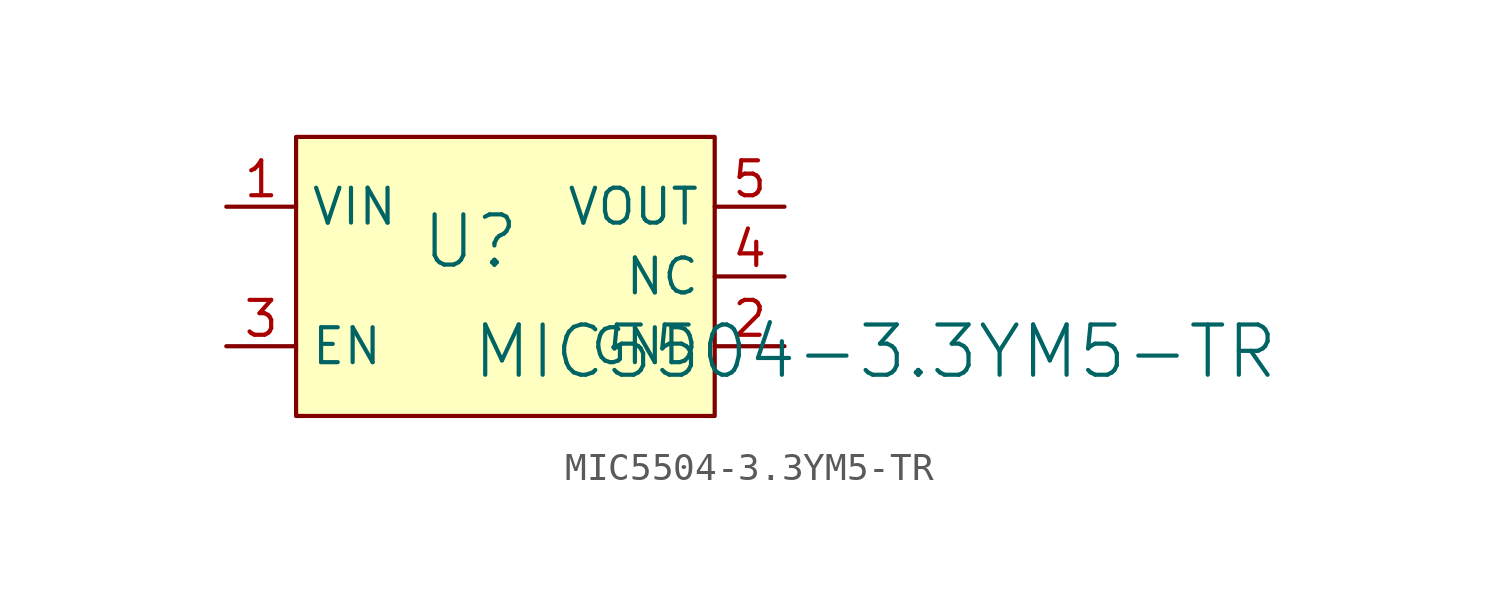
<source format=kicad_sym>
(kicad_symbol_lib
  (version 20241209)
  (generator "kicad_symbol_editor")
  (generator_version "9.0")
  (symbol "MIC5504-3.3YM5-TR"
    (property "Reference" "U"
      (at -1.27 1.27 0)
      (effects (font (size 1.829 1.829))))
    (property "Value" "MIC5504-3.3YM5-TR"
      (at -1.27 -3.81 0)
      (effects (font (size 1.829 1.829)) (justify left bottom)))
    (symbol "MIC5504-3.3YM5-TR_1_0"
      (rectangle (start 7.62 5.08) (end -7.62 -5.08) (stroke (width 0) (type solid) (color 128 0 0 1)) (fill (type background)))
      (pin passive line (at -10.16 2.54 0) (length 2.54) (name "VIN" (effects (font (size 1.27 1.27)))) (number "1" (effects (font (size 1.27 1.27)))))
      (pin passive line (at -10.16 -2.54 0) (length 2.54) (name "EN" (effects (font (size 1.27 1.27)))) (number "3" (effects (font (size 1.27 1.27)))))
      (pin passive line (at 10.16 2.54 180) (length 2.54) (name "VOUT" (effects (font (size 1.27 1.27)))) (number "5" (effects (font (size 1.27 1.27)))))
      (pin passive line (at 10.16 0 180) (length 2.54) (name "NC" (effects (font (size 1.27 1.27)))) (number "4" (effects (font (size 1.27 1.27)))))
      (pin passive line (at 10.16 -2.54 180) (length 2.54) (name "GND" (effects (font (size 1.27 1.27)))) (number "2" (effects (font (size 1.27 1.27))))))))
</source>
